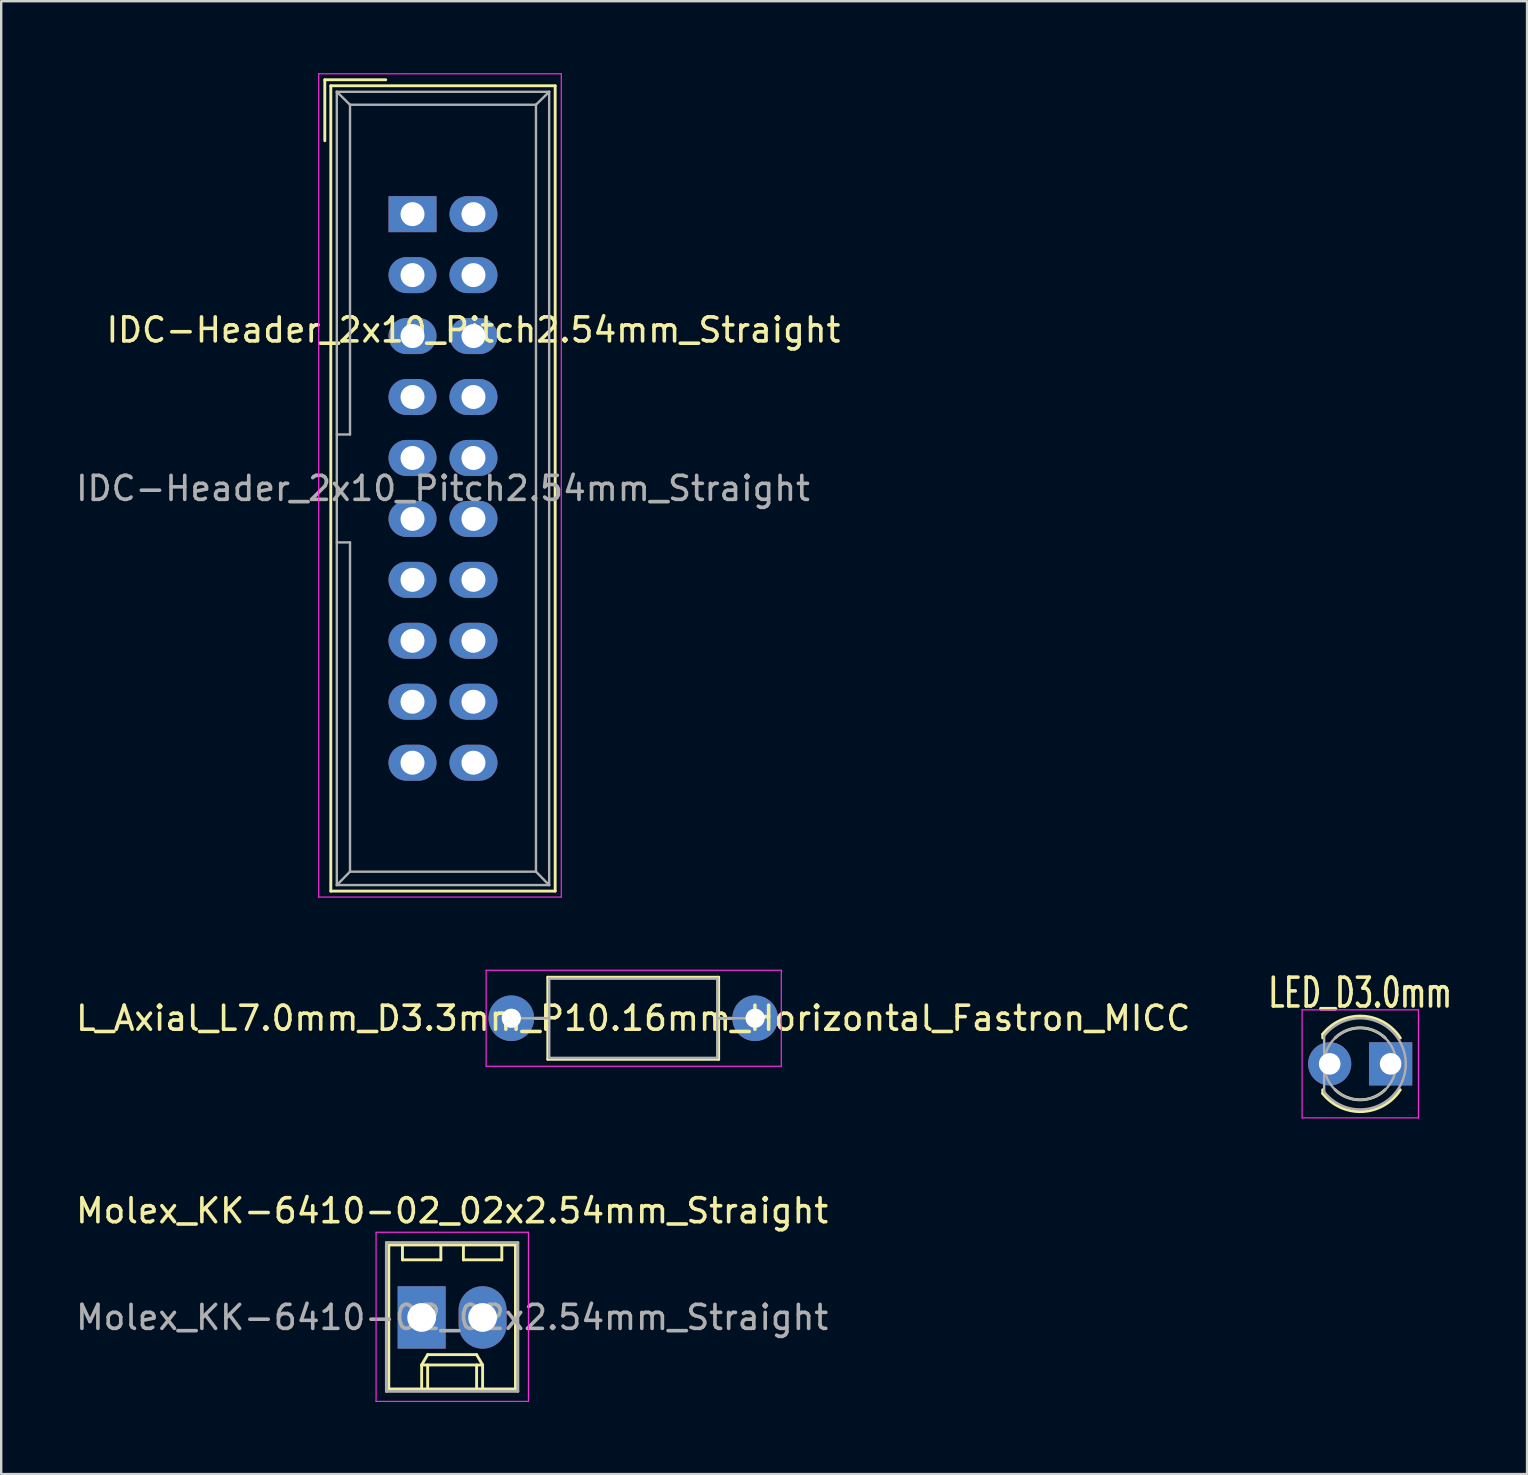
<source format=kicad_pcb>
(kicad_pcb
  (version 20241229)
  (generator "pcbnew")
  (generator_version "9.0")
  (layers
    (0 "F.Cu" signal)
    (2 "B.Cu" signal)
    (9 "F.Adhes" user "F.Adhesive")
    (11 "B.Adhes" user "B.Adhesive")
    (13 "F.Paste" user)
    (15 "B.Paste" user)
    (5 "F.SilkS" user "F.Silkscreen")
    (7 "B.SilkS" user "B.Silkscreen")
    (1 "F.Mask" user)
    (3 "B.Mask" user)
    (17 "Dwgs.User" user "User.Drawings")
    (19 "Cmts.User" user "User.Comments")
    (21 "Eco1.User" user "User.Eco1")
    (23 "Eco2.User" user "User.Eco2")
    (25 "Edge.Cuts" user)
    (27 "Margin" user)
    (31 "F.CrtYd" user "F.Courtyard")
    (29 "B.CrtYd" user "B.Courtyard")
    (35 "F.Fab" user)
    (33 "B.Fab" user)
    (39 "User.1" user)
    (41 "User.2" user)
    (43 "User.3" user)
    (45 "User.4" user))
  (footprint "L_Axial_L7.0mm_D3.3mm_P10.16mm_Horizontal_Fastron_MICC"
    (layer "F.Cu")
    (at 18.259 39.385)
    (property "Reference" "L_Axial_L7.0mm_D3.3mm_P10.16mm_Horizontal_Fastron_MICC" (at 5.08 0 0) (layer "F.SilkS") (effects (font (size 1 1) (thickness 0.15))))
    (attr through_hole)
    (fp_line (start 0.98 0) (end 1.52 0) (stroke (width 0.12) (type solid)) (layer "F.SilkS"))
    (fp_line (start 1.52 -1.71) (end 1.52 1.71) (stroke (width 0.12) (type solid)) (layer "F.SilkS"))
    (fp_line (start 1.52 1.71) (end 8.64 1.71) (stroke (width 0.12) (type solid)) (layer "F.SilkS"))
    (fp_line (start 8.64 -1.71) (end 1.52 -1.71) (stroke (width 0.12) (type solid)) (layer "F.SilkS"))
    (fp_line (start 8.64 1.71) (end 8.64 -1.71) (stroke (width 0.12) (type solid)) (layer "F.SilkS"))
    (fp_line (start 9.18 0) (end 8.64 0) (stroke (width 0.12) (type solid)) (layer "F.SilkS"))
    (fp_line (start -1.05 -2) (end -1.05 2) (stroke (width 0.05) (type solid)) (layer "F.CrtYd"))
    (fp_line (start -1.05 2) (end 11.25 2) (stroke (width 0.05) (type solid)) (layer "F.CrtYd"))
    (fp_line (start 11.25 -2) (end -1.05 -2) (stroke (width 0.05) (type solid)) (layer "F.CrtYd"))
    (fp_line (start 11.25 2) (end 11.25 -2) (stroke (width 0.05) (type solid)) (layer "F.CrtYd"))
    (fp_line (start 0 0) (end 1.58 0) (stroke (width 0.1) (type solid)) (layer "F.Fab"))
    (fp_line (start 1.58 -1.65) (end 1.58 1.65) (stroke (width 0.1) (type solid)) (layer "F.Fab"))
    (fp_line (start 1.58 1.65) (end 8.58 1.65) (stroke (width 0.1) (type solid)) (layer "F.Fab"))
    (fp_line (start 8.58 -1.65) (end 1.58 -1.65) (stroke (width 0.1) (type solid)) (layer "F.Fab"))
    (fp_line (start 8.58 1.65) (end 8.58 -1.65) (stroke (width 0.1) (type solid)) (layer "F.Fab"))
    (fp_line (start 10.16 0) (end 8.58 0) (stroke (width 0.1) (type solid)) (layer "F.Fab"))
    (pad "1" thru_hole circle (at 0 0) (size 1.9 1.9) (drill 0.8) (layers "*.Cu" "*.Mask"))
    (pad "2" thru_hole circle (at 10.16 0) (size 1.9 1.9) (drill 0.8) (layers "*.Cu" "*.Mask")))
  (footprint "IDC-Header_2x10_Pitch2.54mm_Straight"
    (layer "F.Cu")
    (at 15.411 17.305)
    (property "Reference" "IDC-Header_2x10_Pitch2.54mm_Straight" (at 1.27 -6.604 180) (layer "F.SilkS") (effects (font (size 1 1) (thickness 0.15))))
    (attr through_hole)
    (fp_line (start -4.925 -17.03) (end -4.925 -14.49) (stroke (width 0.12) (type solid)) (layer "F.SilkS"))
    (fp_line (start -4.925 -17.03) (end -2.385 -17.03) (stroke (width 0.12) (type solid)) (layer "F.SilkS"))
    (fp_line (start -4.675 -16.78) (end 4.675 -16.78) (stroke (width 0.12) (type solid)) (layer "F.SilkS"))
    (fp_line (start -4.675 16.78) (end -4.675 -16.78) (stroke (width 0.12) (type solid)) (layer "F.SilkS"))
    (fp_line (start 4.675 -16.78) (end 4.675 16.78) (stroke (width 0.12) (type solid)) (layer "F.SilkS"))
    (fp_line (start 4.675 16.78) (end -4.675 16.78) (stroke (width 0.12) (type solid)) (layer "F.SilkS"))
    (fp_line (start -5.18 -17.28) (end 4.93 -17.28) (stroke (width 0.05) (type solid)) (layer "F.CrtYd"))
    (fp_line (start -5.18 17.03) (end -5.18 -17.28) (stroke (width 0.05) (type solid)) (layer "F.CrtYd"))
    (fp_line (start 4.93 -17.28) (end 4.93 17.03) (stroke (width 0.05) (type solid)) (layer "F.CrtYd"))
    (fp_line (start 4.93 17.03) (end -5.18 17.03) (stroke (width 0.05) (type solid)) (layer "F.CrtYd"))
    (fp_line (start -4.425 -16.53) (end -4.425 16.53) (stroke (width 0.1) (type solid)) (layer "F.Fab"))
    (fp_line (start -4.425 -16.53) (end -3.875 -15.99) (stroke (width 0.1) (type solid)) (layer "F.Fab"))
    (fp_line (start -4.425 16.53) (end -3.875 15.97) (stroke (width 0.1) (type solid)) (layer "F.Fab"))
    (fp_line (start -3.875 -15.99) (end -3.875 -2.25) (stroke (width 0.1) (type solid)) (layer "F.Fab"))
    (fp_line (start -3.875 -2.25) (end -4.425 -2.25) (stroke (width 0.1) (type solid)) (layer "F.Fab"))
    (fp_line (start -3.875 2.25) (end -4.425 2.25) (stroke (width 0.1) (type solid)) (layer "F.Fab"))
    (fp_line (start -3.875 2.25) (end -3.875 15.97) (stroke (width 0.1) (type solid)) (layer "F.Fab"))
    (fp_line (start 3.875 -15.99) (end -3.875 -15.99) (stroke (width 0.1) (type solid)) (layer "F.Fab"))
    (fp_line (start 3.875 -15.99) (end 3.875 15.97) (stroke (width 0.1) (type solid)) (layer "F.Fab"))
    (fp_line (start 3.875 15.97) (end -3.875 15.97) (stroke (width 0.1) (type solid)) (layer "F.Fab"))
    (fp_line (start 4.425 -16.53) (end -4.425 -16.53) (stroke (width 0.1) (type solid)) (layer "F.Fab"))
    (fp_line (start 4.425 -16.53) (end 3.875 -15.99) (stroke (width 0.1) (type solid)) (layer "F.Fab"))
    (fp_line (start 4.425 -16.53) (end 4.425 16.53) (stroke (width 0.1) (type solid)) (layer "F.Fab"))
    (fp_line (start 4.425 16.53) (end -4.425 16.53) (stroke (width 0.1) (type solid)) (layer "F.Fab"))
    (fp_line (start 4.425 16.53) (end 3.875 15.97) (stroke (width 0.1) (type solid)) (layer "F.Fab"))
    (fp_text user "${REFERENCE}" (at 0 0 180) (layer "F.Fab") (effects (font (size 1 1) (thickness 0.15))))
    (pad "1" thru_hole rect (at -1.27 -11.43) (size 2 1.5) (drill 1) (layers "*.Cu" "*.Mask"))
    (pad "2" thru_hole oval (at 1.27 -11.43) (size 2 1.5) (drill 1) (layers "*.Cu" "*.Mask"))
    (pad "3" thru_hole oval (at -1.27 -8.89) (size 2 1.5) (drill 1) (layers "*.Cu" "*.Mask"))
    (pad "4" thru_hole oval (at 1.27 -8.89) (size 2 1.5) (drill 1) (layers "*.Cu" "*.Mask"))
    (pad "5" thru_hole oval (at -1.27 -6.35) (size 2 1.5) (drill 1) (layers "*.Cu" "*.Mask"))
    (pad "6" thru_hole oval (at 1.27 -6.35) (size 2 1.5) (drill 1) (layers "*.Cu" "*.Mask"))
    (pad "7" thru_hole oval (at -1.27 -3.81) (size 2 1.5) (drill 1) (layers "*.Cu" "*.Mask"))
    (pad "8" thru_hole oval (at 1.27 -3.81) (size 2 1.5) (drill 1) (layers "*.Cu" "*.Mask"))
    (pad "9" thru_hole oval (at -1.27 -1.27) (size 2 1.5) (drill 1) (layers "*.Cu" "*.Mask"))
    (pad "10" thru_hole oval (at 1.27 -1.27) (size 2 1.5) (drill 1) (layers "*.Cu" "*.Mask"))
    (pad "11" thru_hole oval (at -1.27 1.27) (size 2 1.5) (drill 1) (layers "*.Cu" "*.Mask"))
    (pad "12" thru_hole oval (at 1.27 1.27) (size 2 1.5) (drill 1) (layers "*.Cu" "*.Mask"))
    (pad "13" thru_hole oval (at -1.27 3.81) (size 2 1.5) (drill 1) (layers "*.Cu" "*.Mask"))
    (pad "14" thru_hole oval (at 1.27 3.81) (size 2 1.5) (drill 1) (layers "*.Cu" "*.Mask"))
    (pad "15" thru_hole oval (at -1.27 6.35) (size 2 1.5) (drill 1) (layers "*.Cu" "*.Mask"))
    (pad "16" thru_hole oval (at 1.27 6.35) (size 2 1.5) (drill 1) (layers "*.Cu" "*.Mask"))
    (pad "17" thru_hole oval (at -1.27 8.89) (size 2 1.5) (drill 1) (layers "*.Cu" "*.Mask"))
    (pad "18" thru_hole oval (at 1.27 8.89) (size 2 1.5) (drill 1) (layers "*.Cu" "*.Mask"))
    (pad "19" thru_hole oval (at -1.27 11.43) (size 2 1.5) (drill 1) (layers "*.Cu" "*.Mask"))
    (pad "20" thru_hole oval (at 1.27 11.43) (size 2 1.5) (drill 1) (layers "*.Cu" "*.Mask")))
  (footprint "LED_D3.0mm"
    (layer "F.Cu")
    (at 53.633 41.285)
    (property "Reference" "LED_D3.0mm" (at 0 -2.96 0) (layer "F.SilkS") (effects (font (size 1.2 0.8) (thickness 0.15))))
    (attr through_hole)
    (fp_line (start -1.56 -1.236) (end -1.56 -1.08) (stroke (width 0.12) (type solid)) (layer "F.SilkS"))
    (fp_line (start -1.56 1.08) (end -1.56 1.236) (stroke (width 0.12) (type solid)) (layer "F.SilkS"))
    (fp_arc (start -1.56 -1.235516) (mid 0.096487 -1.987659) (end 1.672335 -1.078608) (stroke (width 0.12) (type solid)) (layer "F.SilkS"))
    (fp_arc (start -1.040961 -1.08) (mid 0.000117 -1.5) (end 1.04113 -1.079837) (stroke (width 0.12) (type solid)) (layer "F.SilkS"))
    (fp_arc (start 1.04113 1.079837) (mid 0.000117 1.5) (end -1.040961 1.08) (stroke (width 0.12) (type solid)) (layer "F.SilkS"))
    (fp_arc (start 1.672335 1.078608) (mid 0.096487 1.987659) (end -1.56 1.235516) (stroke (width 0.12) (type solid)) (layer "F.SilkS"))
    (fp_line (start -2.42 -2.25) (end -2.42 2.25) (stroke (width 0.05) (type solid)) (layer "F.CrtYd"))
    (fp_line (start -2.42 2.25) (end 2.43 2.25) (stroke (width 0.05) (type solid)) (layer "F.CrtYd"))
    (fp_line (start 2.43 -2.25) (end -2.42 -2.25) (stroke (width 0.05) (type solid)) (layer "F.CrtYd"))
    (fp_line (start 2.43 2.25) (end 2.43 -2.25) (stroke (width 0.05) (type solid)) (layer "F.CrtYd"))
    (fp_line (start -1.5 -1.166) (end -1.5 1.166) (stroke (width 0.1) (type solid)) (layer "F.Fab"))
    (fp_arc (start -1.5 -1.16619) (mid 1.9 0.000452) (end -1.500555 1.165476) (stroke (width 0.1) (type solid)) (layer "F.Fab"))
    (fp_circle (center 0 0) (end 1.5 0) (stroke (width 0.1) (type solid)) (fill no) (layer "F.Fab"))
    (pad "1" thru_hole rect (at 1.27 0) (size 1.8 1.8) (drill 0.9) (layers "*.Cu" "*.Mask"))
    (pad "2" thru_hole circle (at -1.27 0) (size 1.8 1.8) (drill 0.9) (layers "*.Cu" "*.Mask")))
  (footprint "Molex_KK-6410-02_02x2.54mm_Straight"
    (layer "F.Cu")
    (at 15.792 51.853)
    (property "Reference" "Molex_KK-6410-02_02x2.54mm_Straight" (at 0 -4.445 180) (layer "F.SilkS") (effects (font (size 1 1) (thickness 0.15))))
    (attr through_hole)
    (fp_line (start -2.64 -3.02) (end -2.64 2.98) (stroke (width 0.12) (type solid)) (layer "F.SilkS"))
    (fp_line (start -2.64 2.98) (end 2.64 2.98) (stroke (width 0.12) (type solid)) (layer "F.SilkS"))
    (fp_line (start -2.07 -3.02) (end -2.07 -2.4) (stroke (width 0.12) (type solid)) (layer "F.SilkS"))
    (fp_line (start -2.07 -2.4) (end -0.47 -2.4) (stroke (width 0.12) (type solid)) (layer "F.SilkS"))
    (fp_line (start -1.27 1.98) (end -1.02 1.55) (stroke (width 0.12) (type solid)) (layer "F.SilkS"))
    (fp_line (start -1.27 1.98) (end 1.27 1.98) (stroke (width 0.12) (type solid)) (layer "F.SilkS"))
    (fp_line (start -1.27 2.98) (end -1.27 1.98) (stroke (width 0.12) (type solid)) (layer "F.SilkS"))
    (fp_line (start -1.02 1.55) (end 1.02 1.55) (stroke (width 0.12) (type solid)) (layer "F.SilkS"))
    (fp_line (start -1.02 2.98) (end -1.02 1.98) (stroke (width 0.12) (type solid)) (layer "F.SilkS"))
    (fp_line (start -0.47 -2.4) (end -0.47 -3.02) (stroke (width 0.12) (type solid)) (layer "F.SilkS"))
    (fp_line (start 0.47 -3.02) (end 0.47 -2.4) (stroke (width 0.12) (type solid)) (layer "F.SilkS"))
    (fp_line (start 0.47 -2.4) (end 2.07 -2.4) (stroke (width 0.12) (type solid)) (layer "F.SilkS"))
    (fp_line (start 1.02 1.55) (end 1.27 1.98) (stroke (width 0.12) (type solid)) (layer "F.SilkS"))
    (fp_line (start 1.02 2.98) (end 1.02 1.98) (stroke (width 0.12) (type solid)) (layer "F.SilkS"))
    (fp_line (start 1.27 1.98) (end 1.27 2.98) (stroke (width 0.12) (type solid)) (layer "F.SilkS"))
    (fp_line (start 2.07 -2.4) (end 2.07 -3.02) (stroke (width 0.12) (type solid)) (layer "F.SilkS"))
    (fp_line (start 2.64 -3.02) (end -2.64 -3.02) (stroke (width 0.12) (type solid)) (layer "F.SilkS"))
    (fp_line (start 2.64 2.98) (end 2.64 -3.02) (stroke (width 0.12) (type solid)) (layer "F.SilkS"))
    (fp_line (start -3.17 -3.55) (end 3.18 -3.55) (stroke (width 0.05) (type solid)) (layer "F.CrtYd"))
    (fp_line (start -3.17 3.5) (end -3.17 -3.55) (stroke (width 0.05) (type solid)) (layer "F.CrtYd"))
    (fp_line (start 3.18 -3.55) (end 3.18 3.5) (stroke (width 0.05) (type solid)) (layer "F.CrtYd"))
    (fp_line (start 3.18 3.5) (end -3.17 3.5) (stroke (width 0.05) (type solid)) (layer "F.CrtYd"))
    (fp_line (start -2.74 -3.12) (end -2.74 3.08) (stroke (width 0.12) (type solid)) (layer "F.Fab"))
    (fp_line (start -2.74 3.08) (end 2.74 3.08) (stroke (width 0.12) (type solid)) (layer "F.Fab"))
    (fp_line (start 2.74 -3.12) (end -2.74 -3.12) (stroke (width 0.12) (type solid)) (layer "F.Fab"))
    (fp_line (start 2.74 3.08) (end 2.74 -3.12) (stroke (width 0.12) (type solid)) (layer "F.Fab"))
    (fp_text user "${REFERENCE}" (at 0 0 180) (layer "F.Fab") (effects (font (size 1 1) (thickness 0.15))))
    (pad "1" thru_hole rect (at -1.27 0) (size 2 2.6) (drill 1.2) (layers "*.Cu" "*.Mask"))
    (pad "2" thru_hole oval (at 1.27 0) (size 2 2.6) (drill 1.2) (layers "*.Cu" "*.Mask")))
  (gr_rect
    (start -3 -3)
    (end 60.588 58.379)
    (stroke (width 0.1) (type default))
    (fill no)
    (layer "Edge.Cuts")))
</source>
